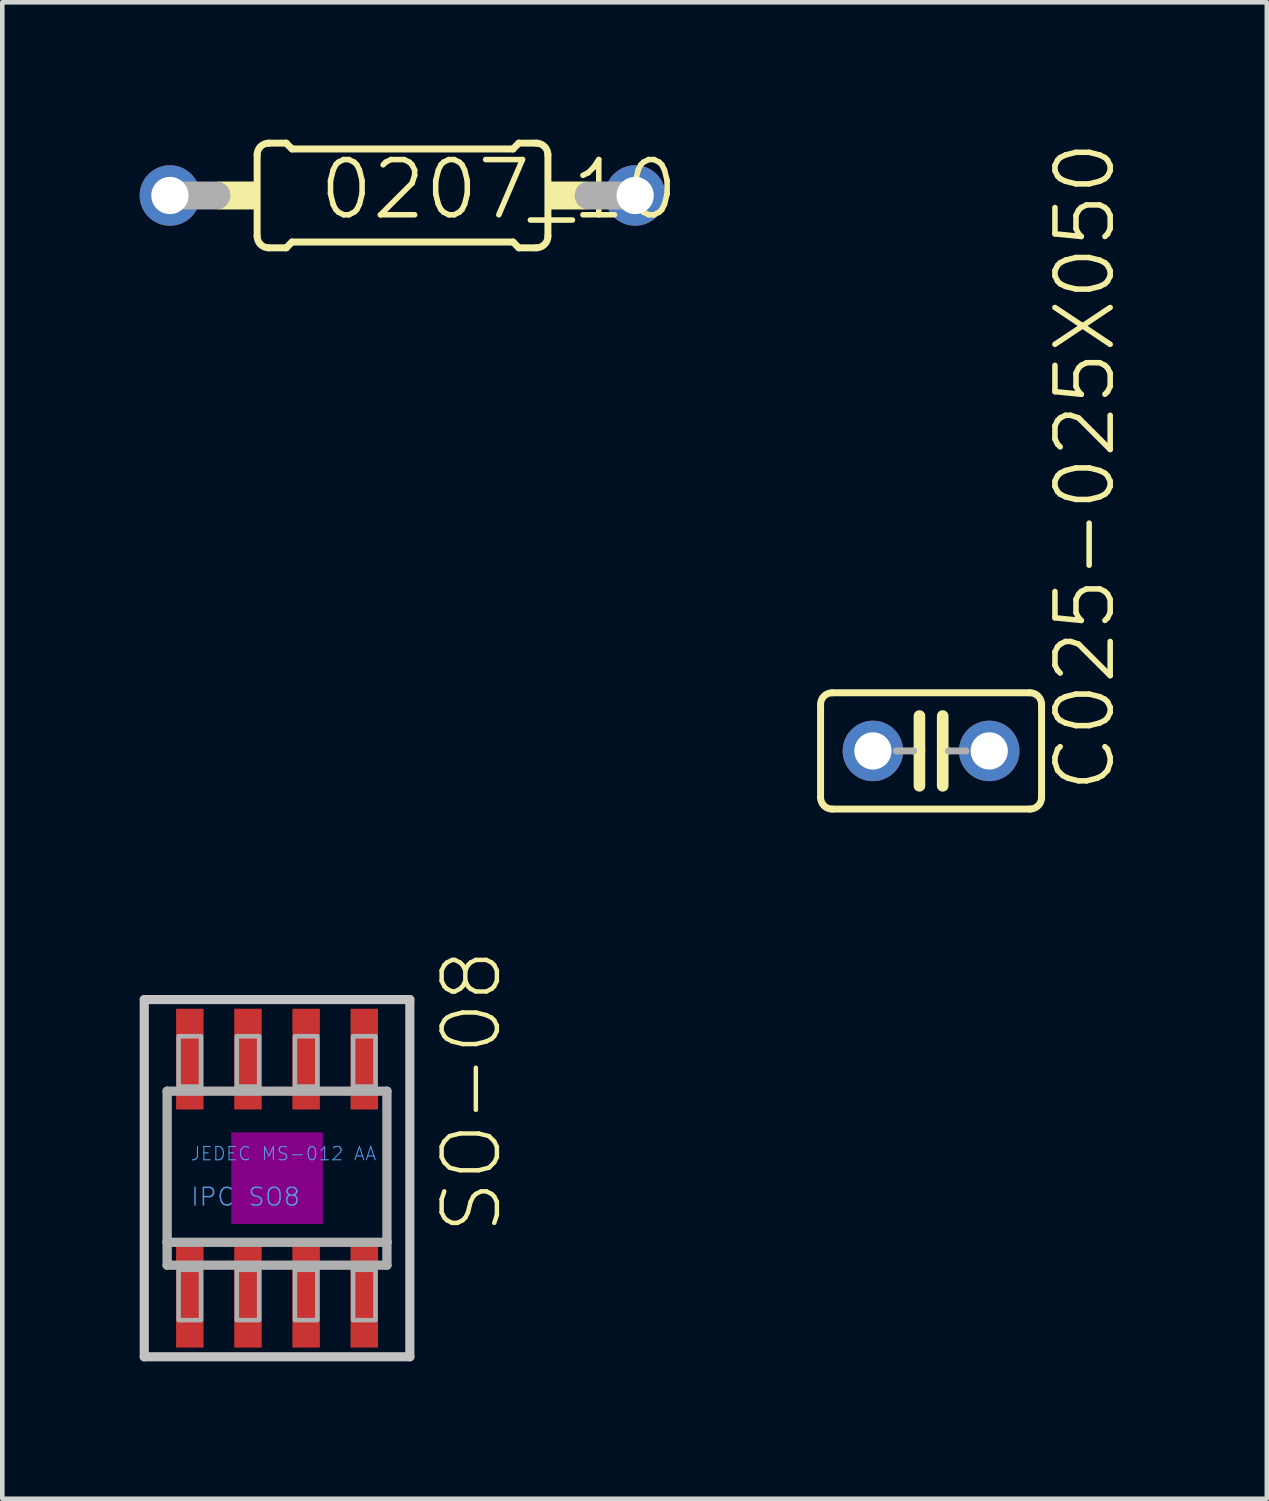
<source format=kicad_pcb>
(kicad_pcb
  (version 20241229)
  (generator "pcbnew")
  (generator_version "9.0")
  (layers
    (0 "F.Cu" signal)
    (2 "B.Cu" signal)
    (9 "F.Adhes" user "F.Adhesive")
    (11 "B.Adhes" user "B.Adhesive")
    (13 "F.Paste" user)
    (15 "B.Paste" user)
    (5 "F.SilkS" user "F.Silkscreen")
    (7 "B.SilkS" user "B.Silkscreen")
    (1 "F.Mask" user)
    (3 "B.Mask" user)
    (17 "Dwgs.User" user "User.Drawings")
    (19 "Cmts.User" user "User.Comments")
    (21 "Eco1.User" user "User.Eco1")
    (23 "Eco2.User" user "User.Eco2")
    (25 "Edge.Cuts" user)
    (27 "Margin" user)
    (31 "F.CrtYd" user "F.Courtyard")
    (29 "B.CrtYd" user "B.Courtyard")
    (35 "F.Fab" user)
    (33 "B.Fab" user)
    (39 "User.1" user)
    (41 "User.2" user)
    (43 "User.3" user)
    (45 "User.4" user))
  (footprint "SO-08"
    (layer "F.Cu")
    (at 3 22.678)
    (property "Reference" "SO-08" (at 4.953 1.27 270) (layer "F.SilkS") (effects (font (size 1.206 1.206) (thickness 0.097)) (justify left bottom)))
    (attr through_hole)
    (fp_poly (pts (xy -1 1) (xy 1 1) (xy 1 -1) (xy -1 -1)) (stroke (width 0) (type solid)) (fill yes) (layer "F.Adhes"))
    (fp_line (start -2.9 -3.9) (end 2.9 -3.9) (stroke (width 0.2) (type solid)) (layer "Dwgs.User"))
    (fp_line (start -2.9 3.9) (end -2.9 -3.9) (stroke (width 0.2) (type solid)) (layer "Dwgs.User"))
    (fp_line (start 2.9 -3.9) (end 2.9 3.9) (stroke (width 0.2) (type solid)) (layer "Dwgs.User"))
    (fp_line (start 2.9 3.9) (end -2.9 3.9) (stroke (width 0.2) (type solid)) (layer "Dwgs.User"))
    (fp_line (start -2.4 -1.9) (end 2.4 -1.9) (stroke (width 0.203) (type solid)) (layer "F.Fab"))
    (fp_line (start -2.4 1.4) (end -2.4 -1.9) (stroke (width 0.203) (type solid)) (layer "F.Fab"))
    (fp_line (start -2.4 1.9) (end -2.4 1.4) (stroke (width 0.203) (type solid)) (layer "F.Fab"))
    (fp_line (start 2.4 -1.9) (end 2.4 1.4) (stroke (width 0.203) (type solid)) (layer "F.Fab"))
    (fp_line (start 2.4 1.4) (end -2.4 1.4) (stroke (width 0.203) (type solid)) (layer "F.Fab"))
    (fp_line (start 2.4 1.4) (end 2.4 1.9) (stroke (width 0.203) (type solid)) (layer "F.Fab"))
    (fp_line (start 2.4 1.9) (end -2.4 1.9) (stroke (width 0.203) (type solid)) (layer "F.Fab"))
    (fp_poly (pts (xy -2.15 -2) (xy -1.66 -2) (xy -1.66 -3.1) (xy -2.15 -3.1)) (stroke (width 0.1) (type solid)) (fill no) (layer "F.Fab"))
    (fp_poly (pts (xy -2.15 3.1) (xy -1.66 3.1) (xy -1.66 2) (xy -2.15 2)) (stroke (width 0.1) (type solid)) (fill no) (layer "F.Fab"))
    (fp_poly (pts (xy -0.88 -2) (xy -0.39 -2) (xy -0.39 -3.1) (xy -0.88 -3.1)) (stroke (width 0.1) (type solid)) (fill no) (layer "F.Fab"))
    (fp_poly (pts (xy -0.88 3.1) (xy -0.39 3.1) (xy -0.39 2) (xy -0.88 2)) (stroke (width 0.1) (type solid)) (fill no) (layer "F.Fab"))
    (fp_poly (pts (xy 0.39 -2) (xy 0.88 -2) (xy 0.88 -3.1) (xy 0.39 -3.1)) (stroke (width 0.1) (type solid)) (fill no) (layer "F.Fab"))
    (fp_poly (pts (xy 0.39 3.1) (xy 0.88 3.1) (xy 0.88 2) (xy 0.39 2)) (stroke (width 0.1) (type solid)) (fill no) (layer "F.Fab"))
    (fp_poly (pts (xy 1.66 -2) (xy 2.15 -2) (xy 2.15 -3.1) (xy 1.66 -3.1)) (stroke (width 0.1) (type solid)) (fill no) (layer "F.Fab"))
    (fp_poly (pts (xy 1.66 3.1) (xy 2.15 3.1) (xy 2.15 2) (xy 1.66 2)) (stroke (width 0.1) (type solid)) (fill no) (layer "F.Fab"))
    (fp_text user "JEDEC MS-012 AA" (at -1.905 -0.365 0) (layer "Cmts.User") (effects (font (size 0.29 0.29) (thickness 0.024)) (justify left bottom)))
    (fp_text user "IPC SO8" (at -1.905 0.635 0) (layer "Cmts.User") (effects (font (size 0.386 0.386) (thickness 0.033)) (justify left bottom)))
    (pad "1" smd rect (at -1.905 2.6) (size 0.6 2.2) (layers "F.Cu" "F.Mask" "F.Paste"))
    (pad "2" smd rect (at -0.635 2.6) (size 0.6 2.2) (layers "F.Cu" "F.Mask" "F.Paste"))
    (pad "3" smd rect (at 0.635 2.6) (size 0.6 2.2) (layers "F.Cu" "F.Mask" "F.Paste"))
    (pad "4" smd rect (at 1.905 2.6) (size 0.6 2.2) (layers "F.Cu" "F.Mask" "F.Paste"))
    (pad "5" smd rect (at 1.905 -2.6) (size 0.6 2.2) (layers "F.Cu" "F.Mask" "F.Paste"))
    (pad "6" smd rect (at 0.635 -2.6) (size 0.6 2.2) (layers "F.Cu" "F.Mask" "F.Paste"))
    (pad "7" smd rect (at -0.635 -2.6) (size 0.6 2.2) (layers "F.Cu" "F.Mask" "F.Paste"))
    (pad "8" smd rect (at -1.905 -2.6) (size 0.6 2.2) (layers "F.Cu" "F.Mask" "F.Paste")))
  (footprint "C025-025X050"
    (layer "F.Cu")
    (at 17.282 13.348)
    (property "Reference" "C025-025X050" (at 4.065 0.963 270) (layer "F.SilkS") (effects (font (size 1.206 1.206) (thickness 0.121)) (justify left bottom)))
    (attr through_hole)
    (fp_line (start -2.413 -1.016) (end -2.413 1.016) (stroke (width 0.152) (type solid)) (layer "F.SilkS"))
    (fp_line (start -2.159 -1.27) (end 2.159 -1.27) (stroke (width 0.152) (type solid)) (layer "F.SilkS"))
    (fp_line (start -0.254 -0.762) (end -0.254 0) (stroke (width 0.254) (type solid)) (layer "F.SilkS"))
    (fp_line (start -0.254 0) (end -0.381 0) (stroke (width 0.152) (type solid)) (layer "F.SilkS"))
    (fp_line (start -0.254 0) (end -0.254 0.762) (stroke (width 0.254) (type solid)) (layer "F.SilkS"))
    (fp_line (start 0.254 0) (end 0.254 -0.762) (stroke (width 0.254) (type solid)) (layer "F.SilkS"))
    (fp_line (start 0.254 0) (end 0.254 0.762) (stroke (width 0.254) (type solid)) (layer "F.SilkS"))
    (fp_line (start 0.381 0) (end 0.254 0) (stroke (width 0.152) (type solid)) (layer "F.SilkS"))
    (fp_line (start 2.159 1.27) (end -2.159 1.27) (stroke (width 0.152) (type solid)) (layer "F.SilkS"))
    (fp_line (start 2.413 -1.016) (end 2.413 1.016) (stroke (width 0.152) (type solid)) (layer "F.SilkS"))
    (fp_arc (start -2.413 -1.016) (mid -2.338605 -1.195605) (end -2.159 -1.27) (stroke (width 0.1524) (type solid)) (layer "F.SilkS"))
    (fp_arc (start -2.159 1.27) (mid -2.338605 1.195605) (end -2.413 1.016) (stroke (width 0.1524) (type solid)) (layer "F.SilkS"))
    (fp_arc (start 2.159 -1.27) (mid 2.338605 -1.195605) (end 2.413 -1.016) (stroke (width 0.1524) (type solid)) (layer "F.SilkS"))
    (fp_arc (start 2.413 1.016) (mid 2.338605 1.195605) (end 2.159 1.27) (stroke (width 0.1524) (type solid)) (layer "F.SilkS"))
    (fp_line (start -0.381 0) (end -0.762 0) (stroke (width 0.152) (type solid)) (layer "F.Fab"))
    (fp_line (start 0.762 0) (end 0.381 0) (stroke (width 0.152) (type solid)) (layer "F.Fab"))
    (pad "1" thru_hole circle (at -1.27 0) (size 1.321 1.321) (drill 0.813) (layers "*.Cu" "*.Mask"))
    (pad "2" thru_hole circle (at 1.27 0) (size 1.321 1.321) (drill 0.813) (layers "*.Cu" "*.Mask")))
  (footprint "0207_10"
    (layer "F.Cu")
    (at 5.74 1.219)
    (property "Reference" "0207_10" (at -1.882 0.575 180) (layer "F.SilkS") (effects (font (size 1.206 1.206) (thickness 0.121)) (justify left bottom)))
    (attr through_hole)
    (fp_line (start -3.175 0.889) (end -3.175 -0.889) (stroke (width 0.152) (type solid)) (layer "F.SilkS"))
    (fp_line (start -2.921 -1.143) (end -2.54 -1.143) (stroke (width 0.152) (type solid)) (layer "F.SilkS"))
    (fp_line (start -2.921 1.143) (end -2.54 1.143) (stroke (width 0.152) (type solid)) (layer "F.SilkS"))
    (fp_line (start -2.413 -1.016) (end -2.54 -1.143) (stroke (width 0.152) (type solid)) (layer "F.SilkS"))
    (fp_line (start -2.413 1.016) (end -2.54 1.143) (stroke (width 0.152) (type solid)) (layer "F.SilkS"))
    (fp_line (start 2.413 -1.016) (end -2.413 -1.016) (stroke (width 0.152) (type solid)) (layer "F.SilkS"))
    (fp_line (start 2.413 -1.016) (end 2.54 -1.143) (stroke (width 0.152) (type solid)) (layer "F.SilkS"))
    (fp_line (start 2.413 1.016) (end -2.413 1.016) (stroke (width 0.152) (type solid)) (layer "F.SilkS"))
    (fp_line (start 2.413 1.016) (end 2.54 1.143) (stroke (width 0.152) (type solid)) (layer "F.SilkS"))
    (fp_line (start 2.921 -1.143) (end 2.54 -1.143) (stroke (width 0.152) (type solid)) (layer "F.SilkS"))
    (fp_line (start 2.921 1.143) (end 2.54 1.143) (stroke (width 0.152) (type solid)) (layer "F.SilkS"))
    (fp_line (start 3.175 0.889) (end 3.175 -0.889) (stroke (width 0.152) (type solid)) (layer "F.SilkS"))
    (fp_arc (start -3.175 -0.889) (mid -3.100605 -1.068605) (end -2.921 -1.143) (stroke (width 0.1524) (type solid)) (layer "F.SilkS"))
    (fp_arc (start -2.921 1.143) (mid -3.100605 1.068605) (end -3.175 0.889) (stroke (width 0.1524) (type solid)) (layer "F.SilkS"))
    (fp_arc (start 2.921 -1.143) (mid 3.100605 -1.068605) (end 3.175 -0.889) (stroke (width 0.1524) (type solid)) (layer "F.SilkS"))
    (fp_arc (start 3.175 0.889) (mid 3.100605 1.068605) (end 2.921 1.143) (stroke (width 0.1524) (type solid)) (layer "F.SilkS"))
    (fp_poly (pts (xy -4.039 0.305) (xy -3.175 0.305) (xy -3.175 -0.305) (xy -4.039 -0.305)) (stroke (width 0) (type solid)) (fill yes) (layer "F.SilkS"))
    (fp_poly (pts (xy 3.175 0.305) (xy 4.039 0.305) (xy 4.039 -0.305) (xy 3.175 -0.305)) (stroke (width 0) (type solid)) (fill yes) (layer "F.SilkS"))
    (fp_line (start -5.08 0) (end -4.064 0) (stroke (width 0.61) (type solid)) (layer "F.Fab"))
    (fp_line (start 5.08 0) (end 4.064 0) (stroke (width 0.61) (type solid)) (layer "F.Fab"))
    (pad "1" thru_hole circle (at -5.08 0) (size 1.321 1.321) (drill 0.813) (layers "*.Cu" "*.Mask"))
    (pad "2" thru_hole circle (at 5.08 0) (size 1.321 1.321) (drill 0.813) (layers "*.Cu" "*.Mask")))
  (gr_rect
    (start -3 -3)
    (end 24.614 29.678)
    (stroke (width 0.1) (type default))
    (fill no)
    (layer "Edge.Cuts")))
</source>
